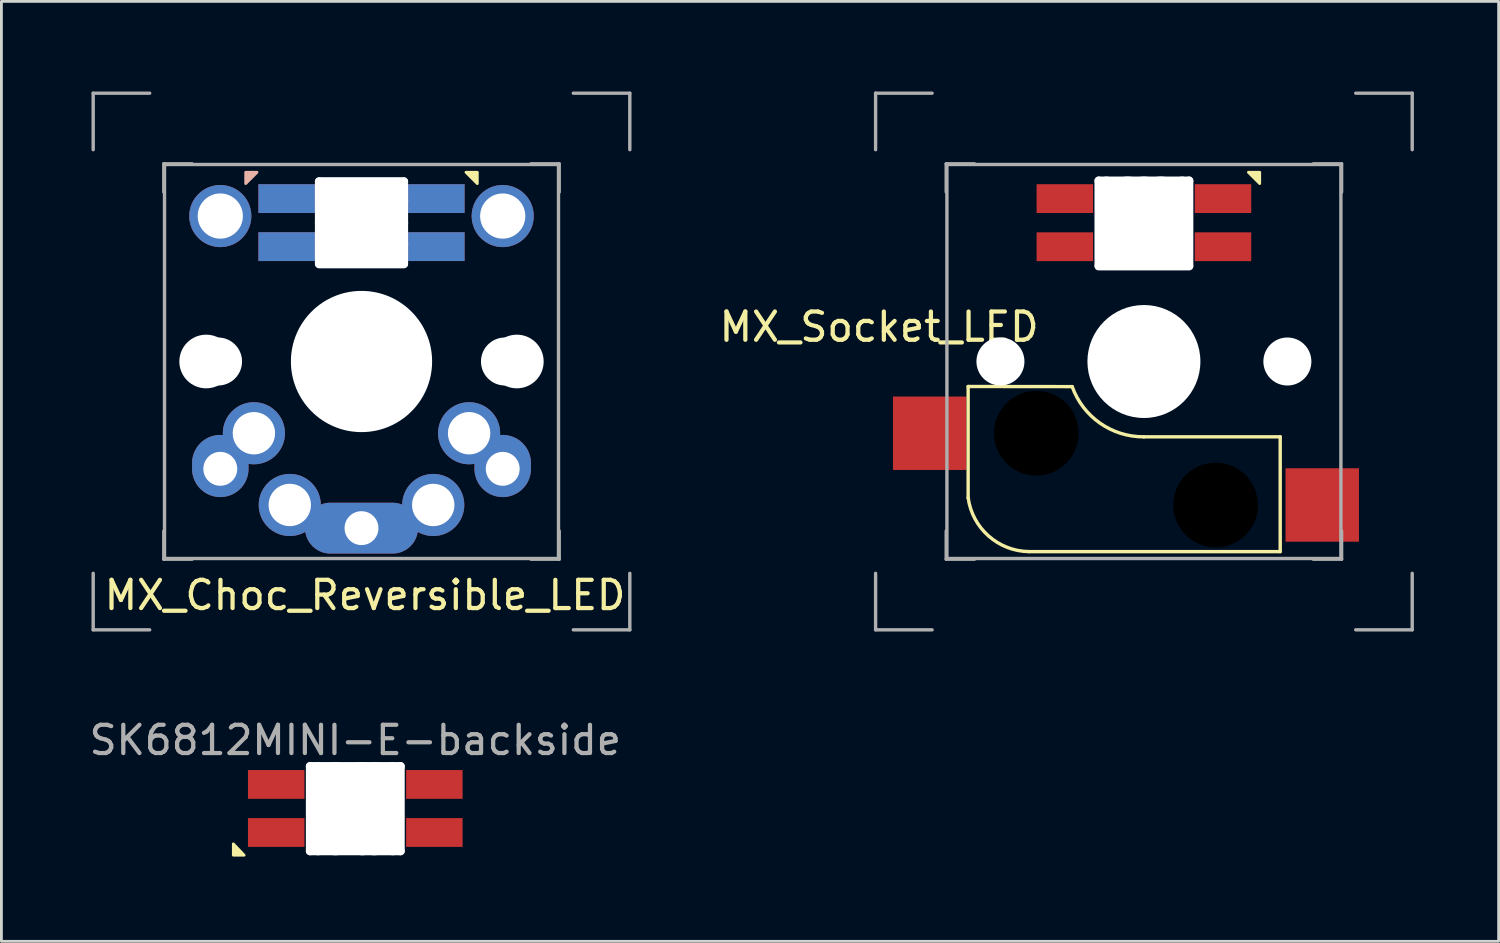
<source format=kicad_pcb>
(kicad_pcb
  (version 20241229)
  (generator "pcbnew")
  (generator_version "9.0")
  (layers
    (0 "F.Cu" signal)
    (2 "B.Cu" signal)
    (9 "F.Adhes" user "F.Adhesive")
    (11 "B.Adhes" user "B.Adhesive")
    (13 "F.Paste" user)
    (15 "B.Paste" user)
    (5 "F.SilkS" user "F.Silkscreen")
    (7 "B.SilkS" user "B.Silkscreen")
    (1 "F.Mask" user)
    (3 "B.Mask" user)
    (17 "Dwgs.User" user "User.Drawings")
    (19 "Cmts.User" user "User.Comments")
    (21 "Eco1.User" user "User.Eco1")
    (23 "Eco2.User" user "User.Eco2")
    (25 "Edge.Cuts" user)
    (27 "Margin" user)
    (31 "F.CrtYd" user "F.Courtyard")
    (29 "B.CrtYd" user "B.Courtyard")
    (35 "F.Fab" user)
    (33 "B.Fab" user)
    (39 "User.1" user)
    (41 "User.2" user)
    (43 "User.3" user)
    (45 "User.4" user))
  (footprint "SK6812MINI-E-backside"
    (layer "F.Cu")
    (at 9.53 22.658)
    (property "Reference" "SK6812MINI-E-backside" (at 0 0.5 0) (layer "F.Fab") (effects (font (size 1 1) (thickness 0.15))))
    (attr through_hole)
    (fp_poly (pts (xy -4.318 4.572) (xy -3.937 4.572) (xy -4.318 4.172)) (stroke (width 0.1) (type solid)) (fill yes) (layer "F.SilkS"))
    (pad "" np_thru_hole oval (at -1.6 2.925) (size 0.3 3.3) (drill oval 0.3 3.3) (layers "*.Cu" "*.Mask"))
    (pad "" np_thru_hole oval (at -1.325 2.925) (size 0.5 3.3) (drill oval 0.5 3.3) (layers "*.Cu" "*.Mask"))
    (pad "" np_thru_hole oval (at -0.7 2.925) (size 1.5 3.3) (drill oval 1.5 3.3) (layers "*.Cu" "*.Mask"))
    (pad "" np_thru_hole oval (at 0 1.425 90) (size 0.3 3.5) (drill oval 0.3 3.5) (layers "*.Cu" "*.Mask"))
    (pad "" np_thru_hole oval (at 0 4.425 90) (size 0.3 3.5) (drill oval 0.3 3.5) (layers "*.Cu" "*.Mask"))
    (pad "" np_thru_hole oval (at 0.25 2.925) (size 1.5 3.3) (drill oval 1.5 3.3) (layers "*.Cu" "*.Mask"))
    (pad "" np_thru_hole oval (at 0.675 2.925) (size 1.5 3.3) (drill oval 1.5 3.3) (layers "*.Cu" "*.Mask"))
    (pad "" np_thru_hole oval (at 1.325 2.925) (size 0.5 3.3) (drill oval 0.5 3.3) (layers "*.Cu" "*.Mask"))
    (pad "" np_thru_hole oval (at 1.6 2.925) (size 0.3 3.3) (drill oval 0.3 3.3) (layers "*.Cu" "*.Mask"))
    (pad "1" smd rect (at 2.8 2.067) (size 2 1.02) (layers "F.Cu" "F.Mask" "F.Paste"))
    (pad "2" smd rect (at 2.8 3.768) (size 2 1.02) (layers "F.Cu" "F.Mask" "F.Paste"))
    (pad "3" smd rect (at -2.8 3.768) (size 2 1.02) (layers "F.Cu" "F.Mask" "F.Paste"))
    (pad "4" smd rect (at -2.8 2.067) (size 2 1.02) (layers "F.Cu" "F.Mask" "F.Paste")))
  (footprint "MX_Choc_Reversible_LED"
    (layer "F.Cu")
    (at 0.25 0.25)
    (property "Reference" "MX_Choc_Reversible_LED" (at 9.625 17.775 0) (layer "F.SilkS") (effects (font (size 1 1) (thickness 0.15))))
    (attr through_hole)
    (fp_poly (pts (xy 13.6 3.2) (xy 13.6 2.8) (xy 13.2 2.8)) (stroke (width 0.1) (type solid)) (fill yes) (layer "F.SilkS"))
    (fp_poly (pts (xy 5.4 2.8) (xy 5.4 3.2) (xy 5.8 2.8)) (stroke (width 0.1) (type solid)) (fill yes) (layer "B.SilkS"))
    (fp_line (start 0 0) (end 0 2) (stroke (width 0.12) (type solid)) (layer "F.Fab"))
    (fp_line (start 0 0) (end 2 0) (stroke (width 0.12) (type solid)) (layer "F.Fab"))
    (fp_line (start 0 19) (end 0 17) (stroke (width 0.12) (type solid)) (layer "F.Fab"))
    (fp_line (start 2 19) (end 0 19) (stroke (width 0.12) (type solid)) (layer "F.Fab"))
    (fp_line (start 2.5 2.5) (end 3.5 2.5) (stroke (width 0.12) (type solid)) (layer "F.Fab"))
    (fp_line (start 2.5 3.5) (end 2.5 2.5) (stroke (width 0.12) (type solid)) (layer "F.Fab"))
    (fp_line (start 2.5 15.5) (end 2.5 16.5) (stroke (width 0.12) (type solid)) (layer "F.Fab"))
    (fp_line (start 2.5 16.5) (end 3.5 16.5) (stroke (width 0.12) (type solid)) (layer "F.Fab"))
    (fp_line (start 2.525 2.525) (end 2.525 16.475) (stroke (width 0.12) (type solid)) (layer "F.Fab"))
    (fp_line (start 2.525 16.475) (end 16.475 16.475) (stroke (width 0.12) (type solid)) (layer "F.Fab"))
    (fp_line (start 15.5 2.5) (end 16.5 2.5) (stroke (width 0.12) (type solid)) (layer "F.Fab"))
    (fp_line (start 16.475 2.525) (end 2.525 2.525) (stroke (width 0.12) (type solid)) (layer "F.Fab"))
    (fp_line (start 16.475 16.475) (end 16.475 2.525) (stroke (width 0.12) (type solid)) (layer "F.Fab"))
    (fp_line (start 16.5 2.5) (end 16.5 3.5) (stroke (width 0.12) (type solid)) (layer "F.Fab"))
    (fp_line (start 16.5 16.5) (end 15.5 16.5) (stroke (width 0.12) (type solid)) (layer "F.Fab"))
    (fp_line (start 16.5 16.5) (end 16.5 15.5) (stroke (width 0.12) (type solid)) (layer "F.Fab"))
    (fp_line (start 17 0) (end 19 0) (stroke (width 0.12) (type solid)) (layer "F.Fab"))
    (fp_line (start 19 0) (end 19 2) (stroke (width 0.12) (type solid)) (layer "F.Fab"))
    (fp_line (start 19 17) (end 19 19) (stroke (width 0.12) (type solid)) (layer "F.Fab"))
    (fp_line (start 19 19) (end 17 19) (stroke (width 0.12) (type solid)) (layer "F.Fab"))
    (pad "" np_thru_hole circle (at 4 9.5 90) (size 1.9 1.9) (drill 1.9) (layers "*.Cu" "*.Mask"))
    (pad "" np_thru_hole circle (at 4.42 9.5 90) (size 1.7 1.7) (drill 1.7) (layers "*.Cu" "*.Mask"))
    (pad "" thru_hole circle (at 4.5 4.35 90) (size 2.2 2.2) (drill 1.6) (layers "*.Cu" "*.Mask"))
    (pad "" thru_hole oval (at 4.5 13.3) (size 2 2.2) (drill 1.2 (offset 0 -0.1)) (layers "*.Cu" "*.Mask"))
    (pad "" thru_hole circle (at 6.96 14.58 90) (size 2.2 2.2) (drill 1.5) (layers "*.Cu" "*.Mask"))
    (pad "" np_thru_hole oval (at 8 4.582) (size 0.3 3.2) (drill oval 0.3 3.2) (layers "*.Cu" "*.Mask"))
    (pad "" np_thru_hole oval (at 9.5 3.125) (size 3.3 0.3) (drill oval 3.3 0.3) (layers "*.Cu" "*.Mask"))
    (pad "" np_thru_hole oval (at 9.5 3.8) (size 3.3 1.5) (drill oval 3.3 1.5) (layers "*.Cu" "*.Mask"))
    (pad "" np_thru_hole oval (at 9.5 4.6) (size 3.3 1.5) (drill oval 3.3 1.5) (layers "*.Cu" "*.Mask"))
    (pad "" np_thru_hole oval (at 9.5 5.35) (size 3.3 1.5) (drill oval 3.3 1.5) (layers "*.Cu" "*.Mask"))
    (pad "" np_thru_hole oval (at 9.5 6.05) (size 3.3 0.3) (drill oval 3.3 0.3) (layers "*.Cu" "*.Mask"))
    (pad "" np_thru_hole circle (at 9.5 9.5 90) (size 5 5) (drill 5) (layers "*.Cu" "*.Mask"))
    (pad "" np_thru_hole oval (at 11 4.582) (size 0.3 3.2) (drill oval 0.3 3.2) (layers "*.Cu" "*.Mask"))
    (pad "" thru_hole circle (at 12.04 14.58 90) (size 2.2 2.2) (drill 1.5) (layers "*.Cu" "*.Mask"))
    (pad "" thru_hole circle (at 14.5 4.35 90) (size 2.2 2.2) (drill 1.6) (layers "*.Cu" "*.Mask"))
    (pad "" thru_hole oval (at 14.5 13.3) (size 2 2.2) (drill 1.2 (offset 0 -0.1)) (layers "*.Cu" "*.Mask"))
    (pad "" np_thru_hole circle (at 14.58 9.5 90) (size 1.7 1.7) (drill 1.7) (layers "*.Cu" "*.Mask"))
    (pad "" np_thru_hole circle (at 15 9.5 90) (size 1.9 1.9) (drill 1.9) (layers "*.Cu" "*.Mask"))
    (pad "1" thru_hole circle (at 5.69 12.04 90) (size 2.2 2.2) (drill 1.5) (layers "*.Cu" "*.Mask"))
    (pad "1" thru_hole circle (at 13.31 12.04 90) (size 2.2 2.2) (drill 1.5) (layers "*.Cu" "*.Mask"))
    (pad "2" thru_hole oval (at 9.5 15.4) (size 4 1.8) (drill 1.2) (layers "*.Cu" "*.Mask"))
    (pad "3" smd rect (at 6.85 5.433) (size 2 1.02) (layers "F.Cu" "F.Mask" "F.Paste"))
    (pad "3" smd rect (at 12.15 5.433) (size 2 1.02) (layers "B.Cu" "B.Mask" "B.Paste"))
    (pad "4" smd rect (at 6.85 3.732) (size 2 1.02) (layers "F.Cu" "F.Mask" "F.Paste"))
    (pad "4" smd rect (at 12.15 3.732) (size 2 1.02) (layers "B.Cu" "B.Mask" "B.Paste"))
    (pad "5" smd rect (at 6.85 3.732) (size 2 1.02) (layers "B.Cu" "B.Mask" "B.Paste"))
    (pad "5" smd rect (at 12.15 3.732) (size 2 1.02) (layers "F.Cu" "F.Mask" "F.Paste"))
    (pad "6" smd rect (at 6.85 5.433) (size 2 1.02) (layers "B.Cu" "B.Mask" "B.Paste"))
    (pad "6" smd rect (at 12.15 5.433) (size 2 1.02) (layers "F.Cu" "F.Mask" "F.Paste")))
  (footprint "MX_Socket_LED"
    (layer "F.Cu")
    (at 27.953 0.25)
    (property "Reference" "MX_Socket_LED" (at 0.125 8.275 0) (layer "F.SilkS") (effects (font (size 1 1) (thickness 0.15))))
    (attr through_hole)
    (fp_line (start 3.277 10.385) (end 3.277 14.326) (stroke (width 0.12) (type solid)) (layer "F.SilkS"))
    (fp_line (start 3.277 10.385) (end 6.96 10.389) (stroke (width 0.12) (type solid)) (layer "F.SilkS"))
    (fp_line (start 9.5 12.167) (end 14.326 12.167) (stroke (width 0.12) (type solid)) (layer "F.SilkS"))
    (fp_line (start 14.326 12.167) (end 14.326 16.231) (stroke (width 0.12) (type solid)) (layer "F.SilkS"))
    (fp_line (start 14.326 16.231) (end 5.436 16.231) (stroke (width 0.12) (type solid)) (layer "F.SilkS"))
    (fp_arc (start 5.436 16.231) (mid 4.002295 15.679932) (end 3.277 14.326) (stroke (width 0.12) (type solid)) (layer "F.SilkS"))
    (fp_arc (start 9.5 12.167) (mid 7.946309 11.683273) (end 6.96 10.389) (stroke (width 0.12) (type solid)) (layer "F.SilkS"))
    (fp_poly (pts (xy 13.6 3.2) (xy 13.6 2.8) (xy 13.2 2.8)) (stroke (width 0.1) (type solid)) (fill yes) (layer "F.SilkS"))
    (fp_line (start 0 0) (end 0 2) (stroke (width 0.12) (type solid)) (layer "F.Fab"))
    (fp_line (start 0 0) (end 2 0) (stroke (width 0.12) (type solid)) (layer "F.Fab"))
    (fp_line (start 0 19) (end 0 17) (stroke (width 0.12) (type solid)) (layer "F.Fab"))
    (fp_line (start 2 19) (end 0 19) (stroke (width 0.12) (type solid)) (layer "F.Fab"))
    (fp_line (start 2.5 2.5) (end 3.5 2.5) (stroke (width 0.12) (type solid)) (layer "F.Fab"))
    (fp_line (start 2.5 3.5) (end 2.5 2.5) (stroke (width 0.12) (type solid)) (layer "F.Fab"))
    (fp_line (start 2.5 15.5) (end 2.5 16.5) (stroke (width 0.12) (type solid)) (layer "F.Fab"))
    (fp_line (start 2.5 16.5) (end 3.5 16.5) (stroke (width 0.12) (type solid)) (layer "F.Fab"))
    (fp_line (start 2.525 2.525) (end 2.525 16.475) (stroke (width 0.12) (type solid)) (layer "F.Fab"))
    (fp_line (start 2.525 16.475) (end 16.475 16.475) (stroke (width 0.12) (type solid)) (layer "F.Fab"))
    (fp_line (start 15.5 2.5) (end 16.5 2.5) (stroke (width 0.12) (type solid)) (layer "F.Fab"))
    (fp_line (start 16.475 2.525) (end 2.525 2.525) (stroke (width 0.12) (type solid)) (layer "F.Fab"))
    (fp_line (start 16.475 16.475) (end 16.475 2.525) (stroke (width 0.12) (type solid)) (layer "F.Fab"))
    (fp_line (start 16.5 2.5) (end 16.5 3.5) (stroke (width 0.12) (type solid)) (layer "F.Fab"))
    (fp_line (start 16.5 16.5) (end 15.5 16.5) (stroke (width 0.12) (type solid)) (layer "F.Fab"))
    (fp_line (start 16.5 16.5) (end 16.5 15.5) (stroke (width 0.12) (type solid)) (layer "F.Fab"))
    (fp_line (start 17 0) (end 19 0) (stroke (width 0.12) (type solid)) (layer "F.Fab"))
    (fp_line (start 19 0) (end 19 2) (stroke (width 0.12) (type solid)) (layer "F.Fab"))
    (fp_line (start 19 17) (end 19 19) (stroke (width 0.12) (type solid)) (layer "F.Fab"))
    (fp_line (start 19 19) (end 17 19) (stroke (width 0.12) (type solid)) (layer "F.Fab"))
    (pad "" np_thru_hole circle (at 4.42 9.5 90) (size 1.7 1.7) (drill 1.7) (layers "*.Cu" "*.Mask"))
    (pad "" np_thru_hole circle (at 5.69 12.04) (size 3 3) (drill 3) (layers "*.Mask"))
    (pad "" np_thru_hole oval (at 7.9 4.6) (size 0.3 3.3) (drill oval 0.3 3.3) (layers "*.Cu" "*.Mask"))
    (pad "" np_thru_hole oval (at 8.175 4.6) (size 0.5 3.3) (drill oval 0.5 3.3) (layers "*.Cu" "*.Mask"))
    (pad "" np_thru_hole oval (at 8.925 4.6) (size 1.7 3.3) (drill oval 1.7 3.3) (layers "*.Cu" "*.Mask"))
    (pad "" np_thru_hole oval (at 9.5 3.1 90) (size 0.3 3.5) (drill oval 0.3 3.5) (layers "*.Cu" "*.Mask"))
    (pad "" np_thru_hole oval (at 9.5 4.6) (size 1.7 3.3) (drill oval 1.7 3.3) (layers "*.Cu" "*.Mask"))
    (pad "" np_thru_hole oval (at 9.5 6.125 90) (size 0.3 3.5) (drill oval 0.3 3.5) (layers "*.Cu" "*.Mask"))
    (pad "" np_thru_hole circle (at 9.5 9.5 90) (size 4 4) (drill 4) (layers "*.Cu" "*.Mask"))
    (pad "" np_thru_hole oval (at 10.1 4.6) (size 1.65 3.3) (drill oval 1.65 3.3) (layers "*.Cu" "*.Mask"))
    (pad "" np_thru_hole oval (at 10.85 4.6 180) (size 0.5 3.3) (drill oval 0.5 3.3) (layers "*.Cu" "*.Mask"))
    (pad "" np_thru_hole oval (at 11.1 4.6) (size 0.3 3.3) (drill oval 0.3 3.3) (layers "*.Cu" "*.Mask"))
    (pad "" np_thru_hole circle (at 12.04 14.58) (size 3 3) (drill 3) (layers "*.Mask"))
    (pad "" np_thru_hole circle (at 14.58 9.5 90) (size 1.7 1.7) (drill 1.7) (layers "*.Cu" "*.Mask"))
    (pad "1" smd rect (at 15.815 14.58) (size 2.6 2.6) (layers "F.Cu" "F.Mask" "F.Paste"))
    (pad "2" smd rect (at 1.915 12.04) (size 2.6 2.6) (layers "F.Cu" "F.Mask" "F.Paste"))
    (pad "3" smd rect (at 6.7 5.436) (size 2 1.02) (layers "F.Cu" "F.Mask" "F.Paste"))
    (pad "4" smd rect (at 6.7 3.732) (size 2 1.02) (layers "F.Cu" "F.Mask" "F.Paste"))
    (pad "5" smd rect (at 12.3 3.732) (size 2 1.02) (layers "F.Cu" "F.Mask" "F.Paste"))
    (pad "6" smd rect (at 12.3 5.436) (size 2 1.02) (layers "F.Cu" "F.Mask" "F.Paste")))
  (gr_rect
    (start -3 -3)
    (end 50.013 30.28)
    (stroke (width 0.1) (type default))
    (fill no)
    (layer "Edge.Cuts")))
</source>
